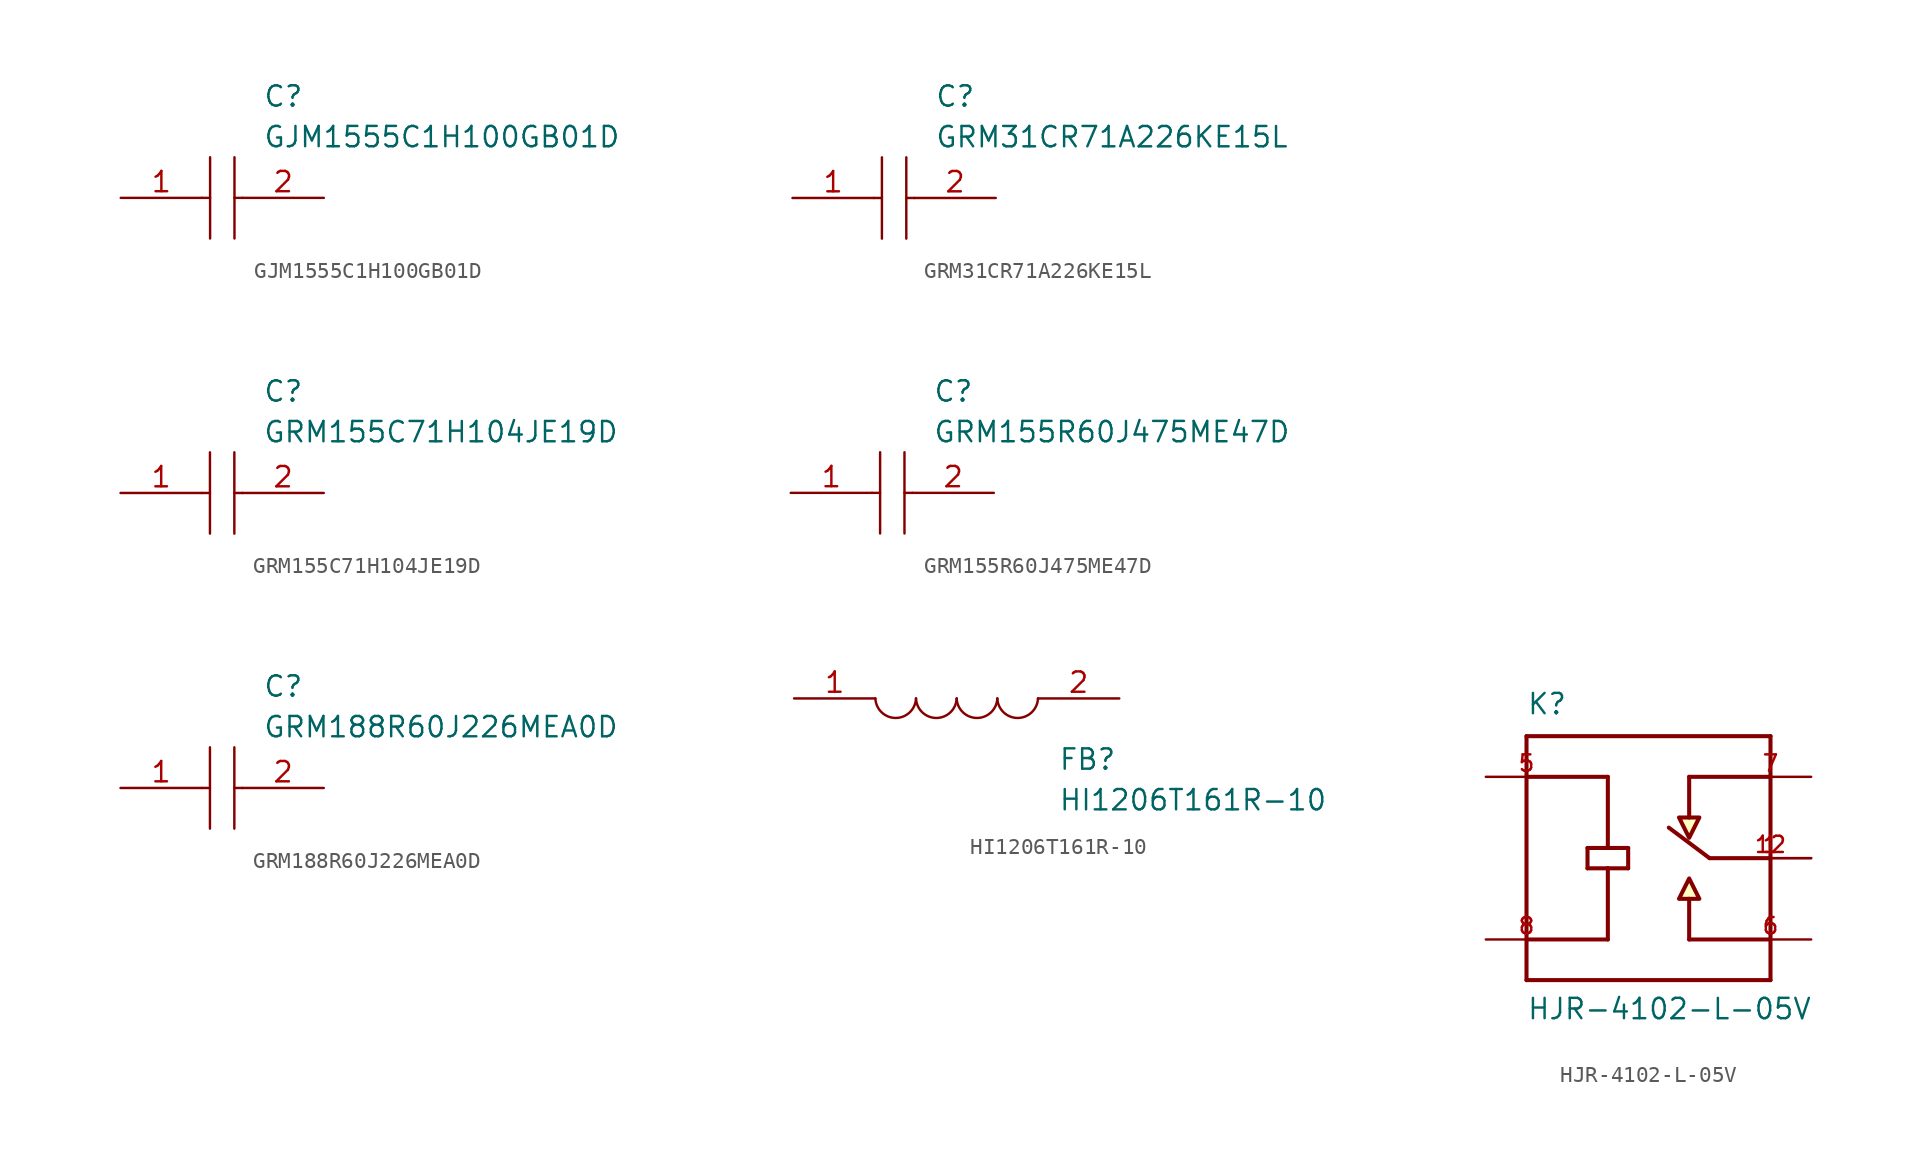
<source format=kicad_sym>
(kicad_symbol_lib
  (version 20211014)
  (generator kicad_symbol_editor)
  (symbol "GJM1555C1H100GB01D"
    (pin_names
      (offset 0.762))
    (property "Reference" "C"
      (at 8.89 6.35 0)
      (effects (font (size 1.27 1.27)) (justify left)))
    (property "Value" "GJM1555C1H100GB01D"
      (at 8.89 3.81 0)
      (effects (font (size 1.27 1.27)) (justify left)))
    (symbol "GJM1555C1H100GB01D_0_0"
      (pin passive line (at 0 0 0) (length 5.08) (name "~" (effects (font (size 1.27 1.27)))) (number "1" (effects (font (size 1.27 1.27)))))
      (pin passive line (at 12.7 0 180) (length 5.08) (name "~" (effects (font (size 1.27 1.27)))) (number "2" (effects (font (size 1.27 1.27))))))
    (symbol "GJM1555C1H100GB01D_0_1"
      (polyline (pts (xy 5.08 0) (xy 5.588 0)) (stroke (width 0.152) (type default) (color 0 0 0 0)) (fill (type none)))
      (polyline (pts (xy 5.588 2.54) (xy 5.588 -2.54)) (stroke (width 0.152) (type default) (color 0 0 0 0)) (fill (type none)))
      (polyline (pts (xy 7.112 0) (xy 7.62 0)) (stroke (width 0.152) (type default) (color 0 0 0 0)) (fill (type none)))
      (polyline (pts (xy 7.112 2.54) (xy 7.112 -2.54)) (stroke (width 0.152) (type default) (color 0 0 0 0)) (fill (type none)))))
  (symbol "GRM31CR71A226KE15L"
    (pin_names
      (offset 0.762))
    (property "Reference" "C"
      (at 8.89 6.35 0)
      (effects (font (size 1.27 1.27)) (justify left)))
    (property "Value" "GRM31CR71A226KE15L"
      (at 8.89 3.81 0)
      (effects (font (size 1.27 1.27)) (justify left)))
    (symbol "GRM31CR71A226KE15L_0_0"
      (pin passive line (at 0 0 0) (length 5.08) (name "~" (effects (font (size 1.27 1.27)))) (number "1" (effects (font (size 1.27 1.27)))))
      (pin passive line (at 12.7 0 180) (length 5.08) (name "~" (effects (font (size 1.27 1.27)))) (number "2" (effects (font (size 1.27 1.27))))))
    (symbol "GRM31CR71A226KE15L_0_1"
      (polyline (pts (xy 5.08 0) (xy 5.588 0)) (stroke (width 0.152) (type default) (color 0 0 0 0)) (fill (type none)))
      (polyline (pts (xy 5.588 2.54) (xy 5.588 -2.54)) (stroke (width 0.152) (type default) (color 0 0 0 0)) (fill (type none)))
      (polyline (pts (xy 7.112 0) (xy 7.62 0)) (stroke (width 0.152) (type default) (color 0 0 0 0)) (fill (type none)))
      (polyline (pts (xy 7.112 2.54) (xy 7.112 -2.54)) (stroke (width 0.152) (type default) (color 0 0 0 0)) (fill (type none)))))
  (symbol "GRM155C71H104JE19D"
    (pin_names
      (offset 0.762))
    (property "Reference" "C"
      (at 8.89 6.35 0)
      (effects (font (size 1.27 1.27)) (justify left)))
    (property "Value" "GRM155C71H104JE19D"
      (at 8.89 3.81 0)
      (effects (font (size 1.27 1.27)) (justify left)))
    (symbol "GRM155C71H104JE19D_0_0"
      (pin passive line (at 0 0 0) (length 5.08) (name "~" (effects (font (size 1.27 1.27)))) (number "1" (effects (font (size 1.27 1.27)))))
      (pin passive line (at 12.7 0 180) (length 5.08) (name "~" (effects (font (size 1.27 1.27)))) (number "2" (effects (font (size 1.27 1.27))))))
    (symbol "GRM155C71H104JE19D_0_1"
      (polyline (pts (xy 5.08 0) (xy 5.588 0)) (stroke (width 0.152) (type default) (color 0 0 0 0)) (fill (type none)))
      (polyline (pts (xy 5.588 2.54) (xy 5.588 -2.54)) (stroke (width 0.152) (type default) (color 0 0 0 0)) (fill (type none)))
      (polyline (pts (xy 7.112 0) (xy 7.62 0)) (stroke (width 0.152) (type default) (color 0 0 0 0)) (fill (type none)))
      (polyline (pts (xy 7.112 2.54) (xy 7.112 -2.54)) (stroke (width 0.152) (type default) (color 0 0 0 0)) (fill (type none)))))
  (symbol "GRM155R60J475ME47D"
    (pin_names
      (offset 0.762))
    (property "Reference" "C"
      (at 8.89 6.35 0)
      (effects (font (size 1.27 1.27)) (justify left)))
    (property "Value" "GRM155R60J475ME47D"
      (at 8.89 3.81 0)
      (effects (font (size 1.27 1.27)) (justify left)))
    (symbol "GRM155R60J475ME47D_0_0"
      (pin passive line (at 0 0 0) (length 5.08) (name "~" (effects (font (size 1.27 1.27)))) (number "1" (effects (font (size 1.27 1.27)))))
      (pin passive line (at 12.7 0 180) (length 5.08) (name "~" (effects (font (size 1.27 1.27)))) (number "2" (effects (font (size 1.27 1.27))))))
    (symbol "GRM155R60J475ME47D_0_1"
      (polyline (pts (xy 5.08 0) (xy 5.588 0)) (stroke (width 0.152) (type default) (color 0 0 0 0)) (fill (type none)))
      (polyline (pts (xy 5.588 2.54) (xy 5.588 -2.54)) (stroke (width 0.152) (type default) (color 0 0 0 0)) (fill (type none)))
      (polyline (pts (xy 7.112 0) (xy 7.62 0)) (stroke (width 0.152) (type default) (color 0 0 0 0)) (fill (type none)))
      (polyline (pts (xy 7.112 2.54) (xy 7.112 -2.54)) (stroke (width 0.152) (type default) (color 0 0 0 0)) (fill (type none)))))
  (symbol "GRM188R60J226MEA0D"
    (pin_names
      (offset 0.762))
    (property "Reference" "C"
      (at 8.89 6.35 0)
      (effects (font (size 1.27 1.27)) (justify left)))
    (property "Value" "GRM188R60J226MEA0D"
      (at 8.89 3.81 0)
      (effects (font (size 1.27 1.27)) (justify left)))
    (symbol "GRM188R60J226MEA0D_0_0"
      (pin passive line (at 0 0 0) (length 5.08) (name "~" (effects (font (size 1.27 1.27)))) (number "1" (effects (font (size 1.27 1.27)))))
      (pin passive line (at 12.7 0 180) (length 5.08) (name "~" (effects (font (size 1.27 1.27)))) (number "2" (effects (font (size 1.27 1.27))))))
    (symbol "GRM188R60J226MEA0D_0_1"
      (polyline (pts (xy 5.08 0) (xy 5.588 0)) (stroke (width 0.152) (type default) (color 0 0 0 0)) (fill (type none)))
      (polyline (pts (xy 5.588 2.54) (xy 5.588 -2.54)) (stroke (width 0.152) (type default) (color 0 0 0 0)) (fill (type none)))
      (polyline (pts (xy 7.112 0) (xy 7.62 0)) (stroke (width 0.152) (type default) (color 0 0 0 0)) (fill (type none)))
      (polyline (pts (xy 7.112 2.54) (xy 7.112 -2.54)) (stroke (width 0.152) (type default) (color 0 0 0 0)) (fill (type none)))))
  (symbol "HI1206T161R-10"
    (pin_names
      (offset 0.762))
    (property "Reference" "FB"
      (at 16.51 7.62 0)
      (effects (font (size 1.27 1.27)) (justify left)))
    (property "Value" "HI1206T161R-10"
      (at 16.51 5.08 0)
      (effects (font (size 1.27 1.27)) (justify left)))
    (symbol "HI1206T161R-10_0_0"
      (pin passive line (at 0 11.43 0) (length 5.08) (name "~" (effects (font (size 1.27 1.27)))) (number "1" (effects (font (size 1.27 1.27)))))
      (pin passive line (at 20.32 11.43 180) (length 5.08) (name "~" (effects (font (size 1.27 1.27)))) (number "2" (effects (font (size 1.27 1.27))))))
    (symbol "HI1206T161R-10_1_1"
      (arc (start 5.08 11.43) (mid 6.35 10.1082) (end 7.62 11.43) (stroke (width 0.1524) (type default) (color 0 0 0 0)) (fill (type none)))
      (arc (start 7.62 11.43) (mid 8.89 10.1082) (end 10.16 11.43) (stroke (width 0.1524) (type default) (color 0 0 0 0)) (fill (type none)))
      (arc (start 10.16 11.43) (mid 11.43 10.1082) (end 12.7 11.43) (stroke (width 0.1524) (type default) (color 0 0 0 0)) (fill (type none)))
      (arc (start 12.7 11.43) (mid 13.97 10.1082) (end 15.24 11.43) (stroke (width 0.1524) (type default) (color 0 0 0 0)) (fill (type none)))))
  (symbol "HJR-4102-L-05V"
    (pin_names
      (offset 1.016) hide)
    (property "Reference" "K"
      (at -7.62 8.89 0)
      (effects (font (size 1.27 1.27)) (justify left bottom)))
    (property "Value" "HJR-4102-L-05V"
      (at -7.62 -10.16 0)
      (effects (font (size 1.27 1.27)) (justify left bottom)))
    (property "ki_locked" ""
      (at 0 0 0)
      (effects (font (size 1.27 1.27))))
    (symbol "HJR-4102-L-05V_0_0"
      (polyline (pts (xy -7.62 -7.62) (xy 7.62 -7.62)) (stroke (width 0.254) (type default) (color 0 0 0 0)) (fill (type none)))
      (polyline (pts (xy -7.62 -5.08) (xy -2.54 -5.08)) (stroke (width 0.254) (type default) (color 0 0 0 0)) (fill (type none)))
      (polyline (pts (xy -7.62 5.08) (xy -2.54 5.08)) (stroke (width 0.254) (type default) (color 0 0 0 0)) (fill (type none)))
      (polyline (pts (xy -7.62 7.62) (xy -7.62 -7.62)) (stroke (width 0.254) (type default) (color 0 0 0 0)) (fill (type none)))
      (polyline (pts (xy -3.81 -0.635) (xy -3.81 0.635)) (stroke (width 0.254) (type default) (color 0 0 0 0)) (fill (type none)))
      (polyline (pts (xy -3.81 0.635) (xy -2.54 0.635)) (stroke (width 0.254) (type default) (color 0 0 0 0)) (fill (type none)))
      (polyline (pts (xy -2.54 -0.635) (xy -3.81 -0.635)) (stroke (width 0.254) (type default) (color 0 0 0 0)) (fill (type none)))
      (polyline (pts (xy -2.54 -0.635) (xy -2.54 -5.08)) (stroke (width 0.254) (type default) (color 0 0 0 0)) (fill (type none)))
      (polyline (pts (xy -2.54 0.635) (xy -1.27 0.635)) (stroke (width 0.254) (type default) (color 0 0 0 0)) (fill (type none)))
      (polyline (pts (xy -2.54 5.08) (xy -2.54 0.635)) (stroke (width 0.254) (type default) (color 0 0 0 0)) (fill (type none)))
      (polyline (pts (xy -1.27 -0.635) (xy -2.54 -0.635)) (stroke (width 0.254) (type default) (color 0 0 0 0)) (fill (type none)))
      (polyline (pts (xy -1.27 0.635) (xy -1.27 -0.635)) (stroke (width 0.254) (type default) (color 0 0 0 0)) (fill (type none)))
      (polyline (pts (xy 2.54 -5.08) (xy 2.54 -2.54)) (stroke (width 0.254) (type default) (color 0 0 0 0)) (fill (type none)))
      (polyline (pts (xy 2.54 5.08) (xy 2.54 2.54)) (stroke (width 0.254) (type default) (color 0 0 0 0)) (fill (type none)))
      (polyline (pts (xy 2.54 5.08) (xy 7.62 5.08)) (stroke (width 0.254) (type default) (color 0 0 0 0)) (fill (type none)))
      (polyline (pts (xy 3.81 0) (xy 1.27 1.905)) (stroke (width 0.254) (type default) (color 0 0 0 0)) (fill (type none)))
      (polyline (pts (xy 7.62 -7.62) (xy 7.62 5.08)) (stroke (width 0.254) (type default) (color 0 0 0 0)) (fill (type none)))
      (polyline (pts (xy 7.62 -5.08) (xy 2.54 -5.08)) (stroke (width 0.254) (type default) (color 0 0 0 0)) (fill (type none)))
      (polyline (pts (xy 7.62 0) (xy 3.81 0)) (stroke (width 0.254) (type default) (color 0 0 0 0)) (fill (type none)))
      (polyline (pts (xy 7.62 5.08) (xy 7.62 7.62)) (stroke (width 0.254) (type default) (color 0 0 0 0)) (fill (type none)))
      (polyline (pts (xy 7.62 7.62) (xy -7.62 7.62)) (stroke (width 0.254) (type default) (color 0 0 0 0)) (fill (type none)))
      (polyline (pts (xy 1.905 -2.54) (xy 3.175 -2.54) (xy 2.54 -1.27) (xy 1.905 -2.54)) (stroke (width 0.254) (type default) (color 0 0 0 0)) (fill (type background)))
      (polyline (pts (xy 3.175 2.54) (xy 1.905 2.54) (xy 2.54 1.27) (xy 3.175 2.54)) (stroke (width 0.254) (type default) (color 0 0 0 0)) (fill (type background)))
      (pin passive line (at 10.16 0 180) (length 5.08) (name "~" (effects (font (size 1.016 1.016)))) (number "1" (effects (font (size 1.016 1.016)))))
      (pin passive line (at 10.16 0 180) (length 5.08) (name "~" (effects (font (size 1.016 1.016)))) (number "12" (effects (font (size 1.016 1.016)))))
      (pin passive line (at -10.16 5.08 0) (length 5.08) (name "~" (effects (font (size 1.016 1.016)))) (number "5" (effects (font (size 1.016 1.016)))))
      (pin passive line (at 10.16 -5.08 180) (length 5.08) (name "~" (effects (font (size 1.016 1.016)))) (number "6" (effects (font (size 1.016 1.016)))))
      (pin passive line (at 10.16 5.08 180) (length 5.08) (name "~" (effects (font (size 1.016 1.016)))) (number "7" (effects (font (size 1.016 1.016)))))
      (pin passive line (at -10.16 -5.08 0) (length 5.08) (name "~" (effects (font (size 1.016 1.016)))) (number "8" (effects (font (size 1.016 1.016))))))))
</source>
